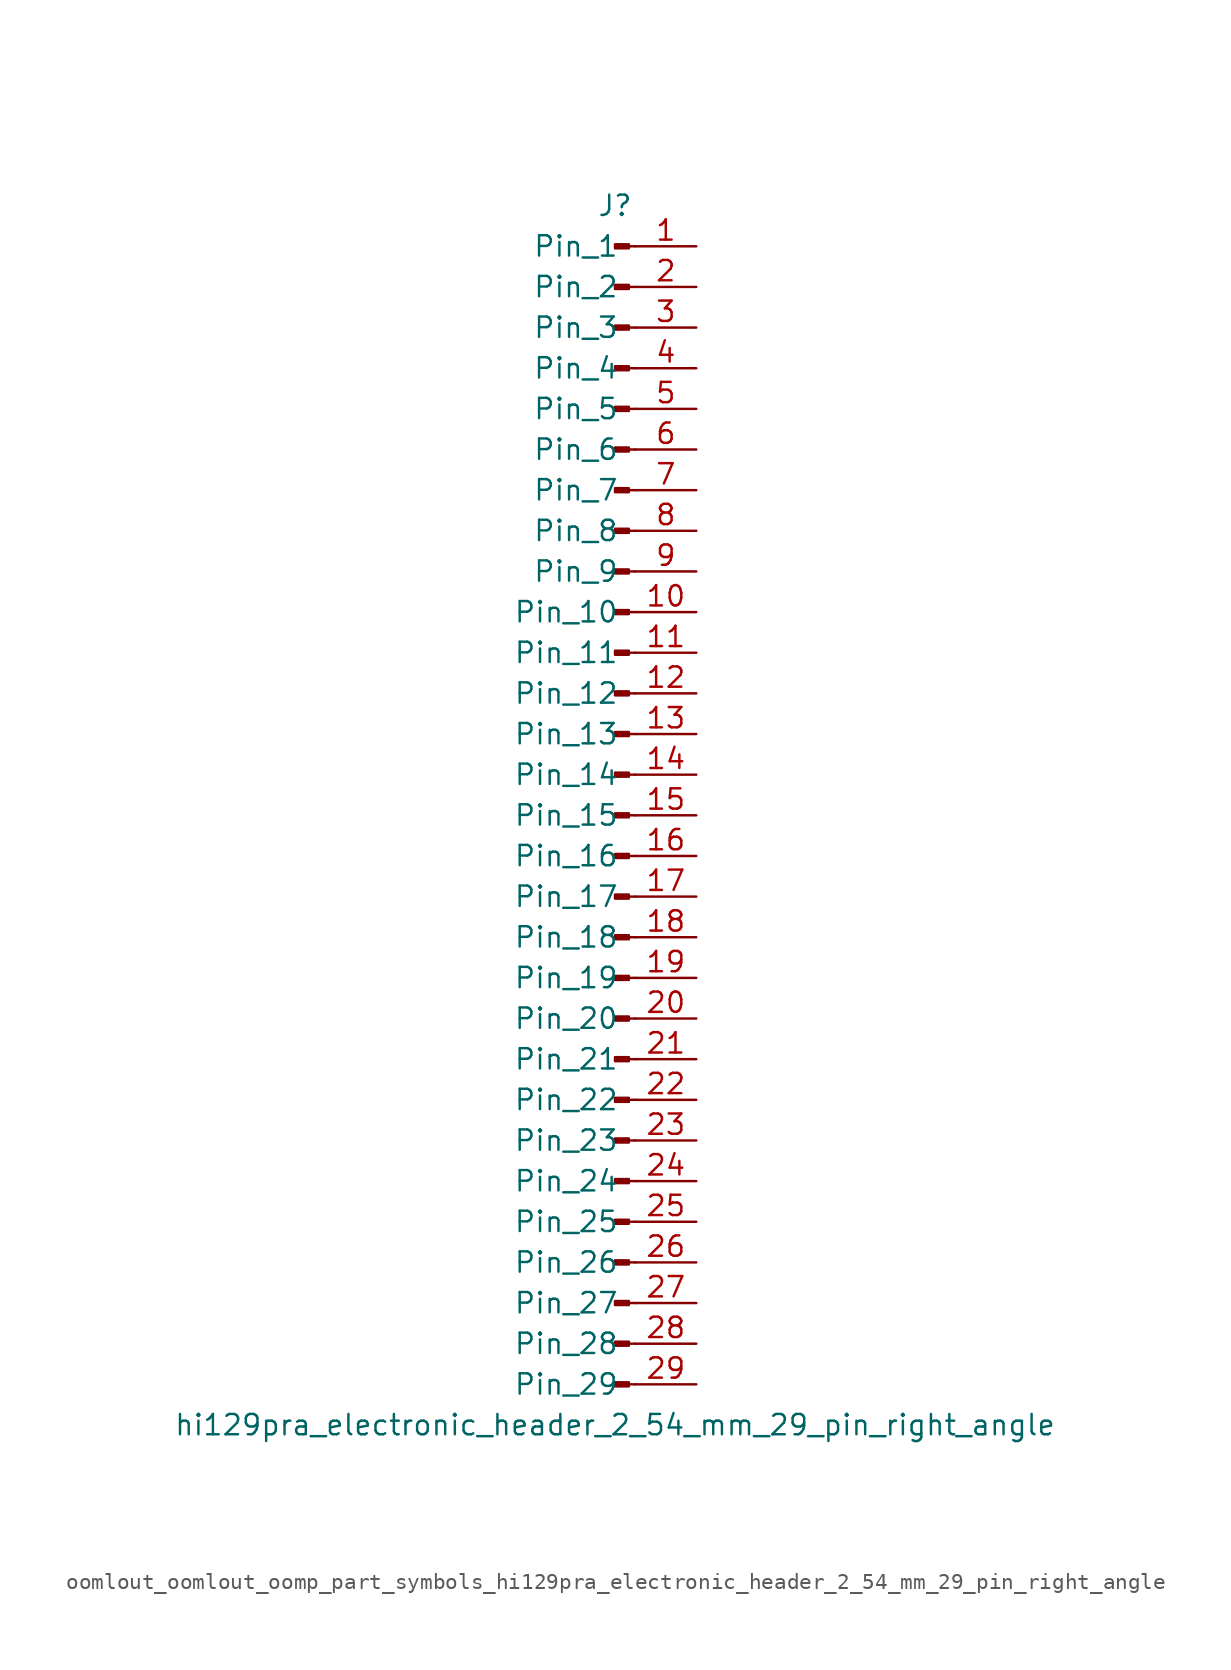
<source format=kicad_sym>
(kicad_symbol_lib
  (version 20220914)
  (generator kicad_symbol_editor)
  (symbol "oomlout_oomlout_oomp_part_symbols_hi129pra_electronic_header_2_54_mm_29_pin_right_angle"
    (pin_names
      (offset 1.016))
    (property "Reference" "J"
      (at 0 38.1 0)
      (effects (font (size 1.27 1.27))))
    (property "Value" "hi129pra_electronic_header_2_54_mm_29_pin_right_angle"
      (at 0 -38.1 0)
      (effects (font (size 1.27 1.27))))
    (property "ki_locked" ""
      (at 0 0 0)
      (effects (font (size 1.27 1.27))))
    (symbol "oomlout_oomlout_oomp_part_symbols_hi129pra_electronic_header_2_54_mm_29_pin_right_angle_1_1"
      (polyline (pts (xy 1.27 -35.56) (xy 0.864 -35.56)) (stroke (width 0.152) (type default)) (fill (type none)))
      (polyline (pts (xy 1.27 -33.02) (xy 0.864 -33.02)) (stroke (width 0.152) (type default)) (fill (type none)))
      (polyline (pts (xy 1.27 -30.48) (xy 0.864 -30.48)) (stroke (width 0.152) (type default)) (fill (type none)))
      (polyline (pts (xy 1.27 -27.94) (xy 0.864 -27.94)) (stroke (width 0.152) (type default)) (fill (type none)))
      (polyline (pts (xy 1.27 -25.4) (xy 0.864 -25.4)) (stroke (width 0.152) (type default)) (fill (type none)))
      (polyline (pts (xy 1.27 -22.86) (xy 0.864 -22.86)) (stroke (width 0.152) (type default)) (fill (type none)))
      (polyline (pts (xy 1.27 -20.32) (xy 0.864 -20.32)) (stroke (width 0.152) (type default)) (fill (type none)))
      (polyline (pts (xy 1.27 -17.78) (xy 0.864 -17.78)) (stroke (width 0.152) (type default)) (fill (type none)))
      (polyline (pts (xy 1.27 -15.24) (xy 0.864 -15.24)) (stroke (width 0.152) (type default)) (fill (type none)))
      (polyline (pts (xy 1.27 -12.7) (xy 0.864 -12.7)) (stroke (width 0.152) (type default)) (fill (type none)))
      (polyline (pts (xy 1.27 -10.16) (xy 0.864 -10.16)) (stroke (width 0.152) (type default)) (fill (type none)))
      (polyline (pts (xy 1.27 -7.62) (xy 0.864 -7.62)) (stroke (width 0.152) (type default)) (fill (type none)))
      (polyline (pts (xy 1.27 -5.08) (xy 0.864 -5.08)) (stroke (width 0.152) (type default)) (fill (type none)))
      (polyline (pts (xy 1.27 -2.54) (xy 0.864 -2.54)) (stroke (width 0.152) (type default)) (fill (type none)))
      (polyline (pts (xy 1.27 0) (xy 0.864 0)) (stroke (width 0.152) (type default)) (fill (type none)))
      (polyline (pts (xy 1.27 2.54) (xy 0.864 2.54)) (stroke (width 0.152) (type default)) (fill (type none)))
      (polyline (pts (xy 1.27 5.08) (xy 0.864 5.08)) (stroke (width 0.152) (type default)) (fill (type none)))
      (polyline (pts (xy 1.27 7.62) (xy 0.864 7.62)) (stroke (width 0.152) (type default)) (fill (type none)))
      (polyline (pts (xy 1.27 10.16) (xy 0.864 10.16)) (stroke (width 0.152) (type default)) (fill (type none)))
      (polyline (pts (xy 1.27 12.7) (xy 0.864 12.7)) (stroke (width 0.152) (type default)) (fill (type none)))
      (polyline (pts (xy 1.27 15.24) (xy 0.864 15.24)) (stroke (width 0.152) (type default)) (fill (type none)))
      (polyline (pts (xy 1.27 17.78) (xy 0.864 17.78)) (stroke (width 0.152) (type default)) (fill (type none)))
      (polyline (pts (xy 1.27 20.32) (xy 0.864 20.32)) (stroke (width 0.152) (type default)) (fill (type none)))
      (polyline (pts (xy 1.27 22.86) (xy 0.864 22.86)) (stroke (width 0.152) (type default)) (fill (type none)))
      (polyline (pts (xy 1.27 25.4) (xy 0.864 25.4)) (stroke (width 0.152) (type default)) (fill (type none)))
      (polyline (pts (xy 1.27 27.94) (xy 0.864 27.94)) (stroke (width 0.152) (type default)) (fill (type none)))
      (polyline (pts (xy 1.27 30.48) (xy 0.864 30.48)) (stroke (width 0.152) (type default)) (fill (type none)))
      (polyline (pts (xy 1.27 33.02) (xy 0.864 33.02)) (stroke (width 0.152) (type default)) (fill (type none)))
      (polyline (pts (xy 1.27 35.56) (xy 0.864 35.56)) (stroke (width 0.152) (type default)) (fill (type none)))
      (rectangle (start 0.864 -35.433) (end 0 -35.687) (stroke (width 0.152) (type default)) (fill (type outline)))
      (rectangle (start 0.864 -32.893) (end 0 -33.147) (stroke (width 0.152) (type default)) (fill (type outline)))
      (rectangle (start 0.864 -30.353) (end 0 -30.607) (stroke (width 0.152) (type default)) (fill (type outline)))
      (rectangle (start 0.864 -27.813) (end 0 -28.067) (stroke (width 0.152) (type default)) (fill (type outline)))
      (rectangle (start 0.864 -25.273) (end 0 -25.527) (stroke (width 0.152) (type default)) (fill (type outline)))
      (rectangle (start 0.864 -22.733) (end 0 -22.987) (stroke (width 0.152) (type default)) (fill (type outline)))
      (rectangle (start 0.864 -20.193) (end 0 -20.447) (stroke (width 0.152) (type default)) (fill (type outline)))
      (rectangle (start 0.864 -17.653) (end 0 -17.907) (stroke (width 0.152) (type default)) (fill (type outline)))
      (rectangle (start 0.864 -15.113) (end 0 -15.367) (stroke (width 0.152) (type default)) (fill (type outline)))
      (rectangle (start 0.864 -12.573) (end 0 -12.827) (stroke (width 0.152) (type default)) (fill (type outline)))
      (rectangle (start 0.864 -10.033) (end 0 -10.287) (stroke (width 0.152) (type default)) (fill (type outline)))
      (rectangle (start 0.864 -7.493) (end 0 -7.747) (stroke (width 0.152) (type default)) (fill (type outline)))
      (rectangle (start 0.864 -4.953) (end 0 -5.207) (stroke (width 0.152) (type default)) (fill (type outline)))
      (rectangle (start 0.864 -2.413) (end 0 -2.667) (stroke (width 0.152) (type default)) (fill (type outline)))
      (rectangle (start 0.864 0.127) (end 0 -0.127) (stroke (width 0.152) (type default)) (fill (type outline)))
      (rectangle (start 0.864 2.667) (end 0 2.413) (stroke (width 0.152) (type default)) (fill (type outline)))
      (rectangle (start 0.864 5.207) (end 0 4.953) (stroke (width 0.152) (type default)) (fill (type outline)))
      (rectangle (start 0.864 7.747) (end 0 7.493) (stroke (width 0.152) (type default)) (fill (type outline)))
      (rectangle (start 0.864 10.287) (end 0 10.033) (stroke (width 0.152) (type default)) (fill (type outline)))
      (rectangle (start 0.864 12.827) (end 0 12.573) (stroke (width 0.152) (type default)) (fill (type outline)))
      (rectangle (start 0.864 15.367) (end 0 15.113) (stroke (width 0.152) (type default)) (fill (type outline)))
      (rectangle (start 0.864 17.907) (end 0 17.653) (stroke (width 0.152) (type default)) (fill (type outline)))
      (rectangle (start 0.864 20.447) (end 0 20.193) (stroke (width 0.152) (type default)) (fill (type outline)))
      (rectangle (start 0.864 22.987) (end 0 22.733) (stroke (width 0.152) (type default)) (fill (type outline)))
      (rectangle (start 0.864 25.527) (end 0 25.273) (stroke (width 0.152) (type default)) (fill (type outline)))
      (rectangle (start 0.864 28.067) (end 0 27.813) (stroke (width 0.152) (type default)) (fill (type outline)))
      (rectangle (start 0.864 30.607) (end 0 30.353) (stroke (width 0.152) (type default)) (fill (type outline)))
      (rectangle (start 0.864 33.147) (end 0 32.893) (stroke (width 0.152) (type default)) (fill (type outline)))
      (rectangle (start 0.864 35.687) (end 0 35.433) (stroke (width 0.152) (type default)) (fill (type outline)))
      (pin passive line (at 5.08 35.56 180) (length 3.81) (name "Pin_1" (effects (font (size 1.27 1.27)))) (number "1" (effects (font (size 1.27 1.27)))))
      (pin passive line (at 5.08 12.7 180) (length 3.81) (name "Pin_10" (effects (font (size 1.27 1.27)))) (number "10" (effects (font (size 1.27 1.27)))))
      (pin passive line (at 5.08 10.16 180) (length 3.81) (name "Pin_11" (effects (font (size 1.27 1.27)))) (number "11" (effects (font (size 1.27 1.27)))))
      (pin passive line (at 5.08 7.62 180) (length 3.81) (name "Pin_12" (effects (font (size 1.27 1.27)))) (number "12" (effects (font (size 1.27 1.27)))))
      (pin passive line (at 5.08 5.08 180) (length 3.81) (name "Pin_13" (effects (font (size 1.27 1.27)))) (number "13" (effects (font (size 1.27 1.27)))))
      (pin passive line (at 5.08 2.54 180) (length 3.81) (name "Pin_14" (effects (font (size 1.27 1.27)))) (number "14" (effects (font (size 1.27 1.27)))))
      (pin passive line (at 5.08 0 180) (length 3.81) (name "Pin_15" (effects (font (size 1.27 1.27)))) (number "15" (effects (font (size 1.27 1.27)))))
      (pin passive line (at 5.08 -2.54 180) (length 3.81) (name "Pin_16" (effects (font (size 1.27 1.27)))) (number "16" (effects (font (size 1.27 1.27)))))
      (pin passive line (at 5.08 -5.08 180) (length 3.81) (name "Pin_17" (effects (font (size 1.27 1.27)))) (number "17" (effects (font (size 1.27 1.27)))))
      (pin passive line (at 5.08 -7.62 180) (length 3.81) (name "Pin_18" (effects (font (size 1.27 1.27)))) (number "18" (effects (font (size 1.27 1.27)))))
      (pin passive line (at 5.08 -10.16 180) (length 3.81) (name "Pin_19" (effects (font (size 1.27 1.27)))) (number "19" (effects (font (size 1.27 1.27)))))
      (pin passive line (at 5.08 33.02 180) (length 3.81) (name "Pin_2" (effects (font (size 1.27 1.27)))) (number "2" (effects (font (size 1.27 1.27)))))
      (pin passive line (at 5.08 -12.7 180) (length 3.81) (name "Pin_20" (effects (font (size 1.27 1.27)))) (number "20" (effects (font (size 1.27 1.27)))))
      (pin passive line (at 5.08 -15.24 180) (length 3.81) (name "Pin_21" (effects (font (size 1.27 1.27)))) (number "21" (effects (font (size 1.27 1.27)))))
      (pin passive line (at 5.08 -17.78 180) (length 3.81) (name "Pin_22" (effects (font (size 1.27 1.27)))) (number "22" (effects (font (size 1.27 1.27)))))
      (pin passive line (at 5.08 -20.32 180) (length 3.81) (name "Pin_23" (effects (font (size 1.27 1.27)))) (number "23" (effects (font (size 1.27 1.27)))))
      (pin passive line (at 5.08 -22.86 180) (length 3.81) (name "Pin_24" (effects (font (size 1.27 1.27)))) (number "24" (effects (font (size 1.27 1.27)))))
      (pin passive line (at 5.08 -25.4 180) (length 3.81) (name "Pin_25" (effects (font (size 1.27 1.27)))) (number "25" (effects (font (size 1.27 1.27)))))
      (pin passive line (at 5.08 -27.94 180) (length 3.81) (name "Pin_26" (effects (font (size 1.27 1.27)))) (number "26" (effects (font (size 1.27 1.27)))))
      (pin passive line (at 5.08 -30.48 180) (length 3.81) (name "Pin_27" (effects (font (size 1.27 1.27)))) (number "27" (effects (font (size 1.27 1.27)))))
      (pin passive line (at 5.08 -33.02 180) (length 3.81) (name "Pin_28" (effects (font (size 1.27 1.27)))) (number "28" (effects (font (size 1.27 1.27)))))
      (pin passive line (at 5.08 -35.56 180) (length 3.81) (name "Pin_29" (effects (font (size 1.27 1.27)))) (number "29" (effects (font (size 1.27 1.27)))))
      (pin passive line (at 5.08 30.48 180) (length 3.81) (name "Pin_3" (effects (font (size 1.27 1.27)))) (number "3" (effects (font (size 1.27 1.27)))))
      (pin passive line (at 5.08 27.94 180) (length 3.81) (name "Pin_4" (effects (font (size 1.27 1.27)))) (number "4" (effects (font (size 1.27 1.27)))))
      (pin passive line (at 5.08 25.4 180) (length 3.81) (name "Pin_5" (effects (font (size 1.27 1.27)))) (number "5" (effects (font (size 1.27 1.27)))))
      (pin passive line (at 5.08 22.86 180) (length 3.81) (name "Pin_6" (effects (font (size 1.27 1.27)))) (number "6" (effects (font (size 1.27 1.27)))))
      (pin passive line (at 5.08 20.32 180) (length 3.81) (name "Pin_7" (effects (font (size 1.27 1.27)))) (number "7" (effects (font (size 1.27 1.27)))))
      (pin passive line (at 5.08 17.78 180) (length 3.81) (name "Pin_8" (effects (font (size 1.27 1.27)))) (number "8" (effects (font (size 1.27 1.27)))))
      (pin passive line (at 5.08 15.24 180) (length 3.81) (name "Pin_9" (effects (font (size 1.27 1.27)))) (number "9" (effects (font (size 1.27 1.27))))))))
</source>
